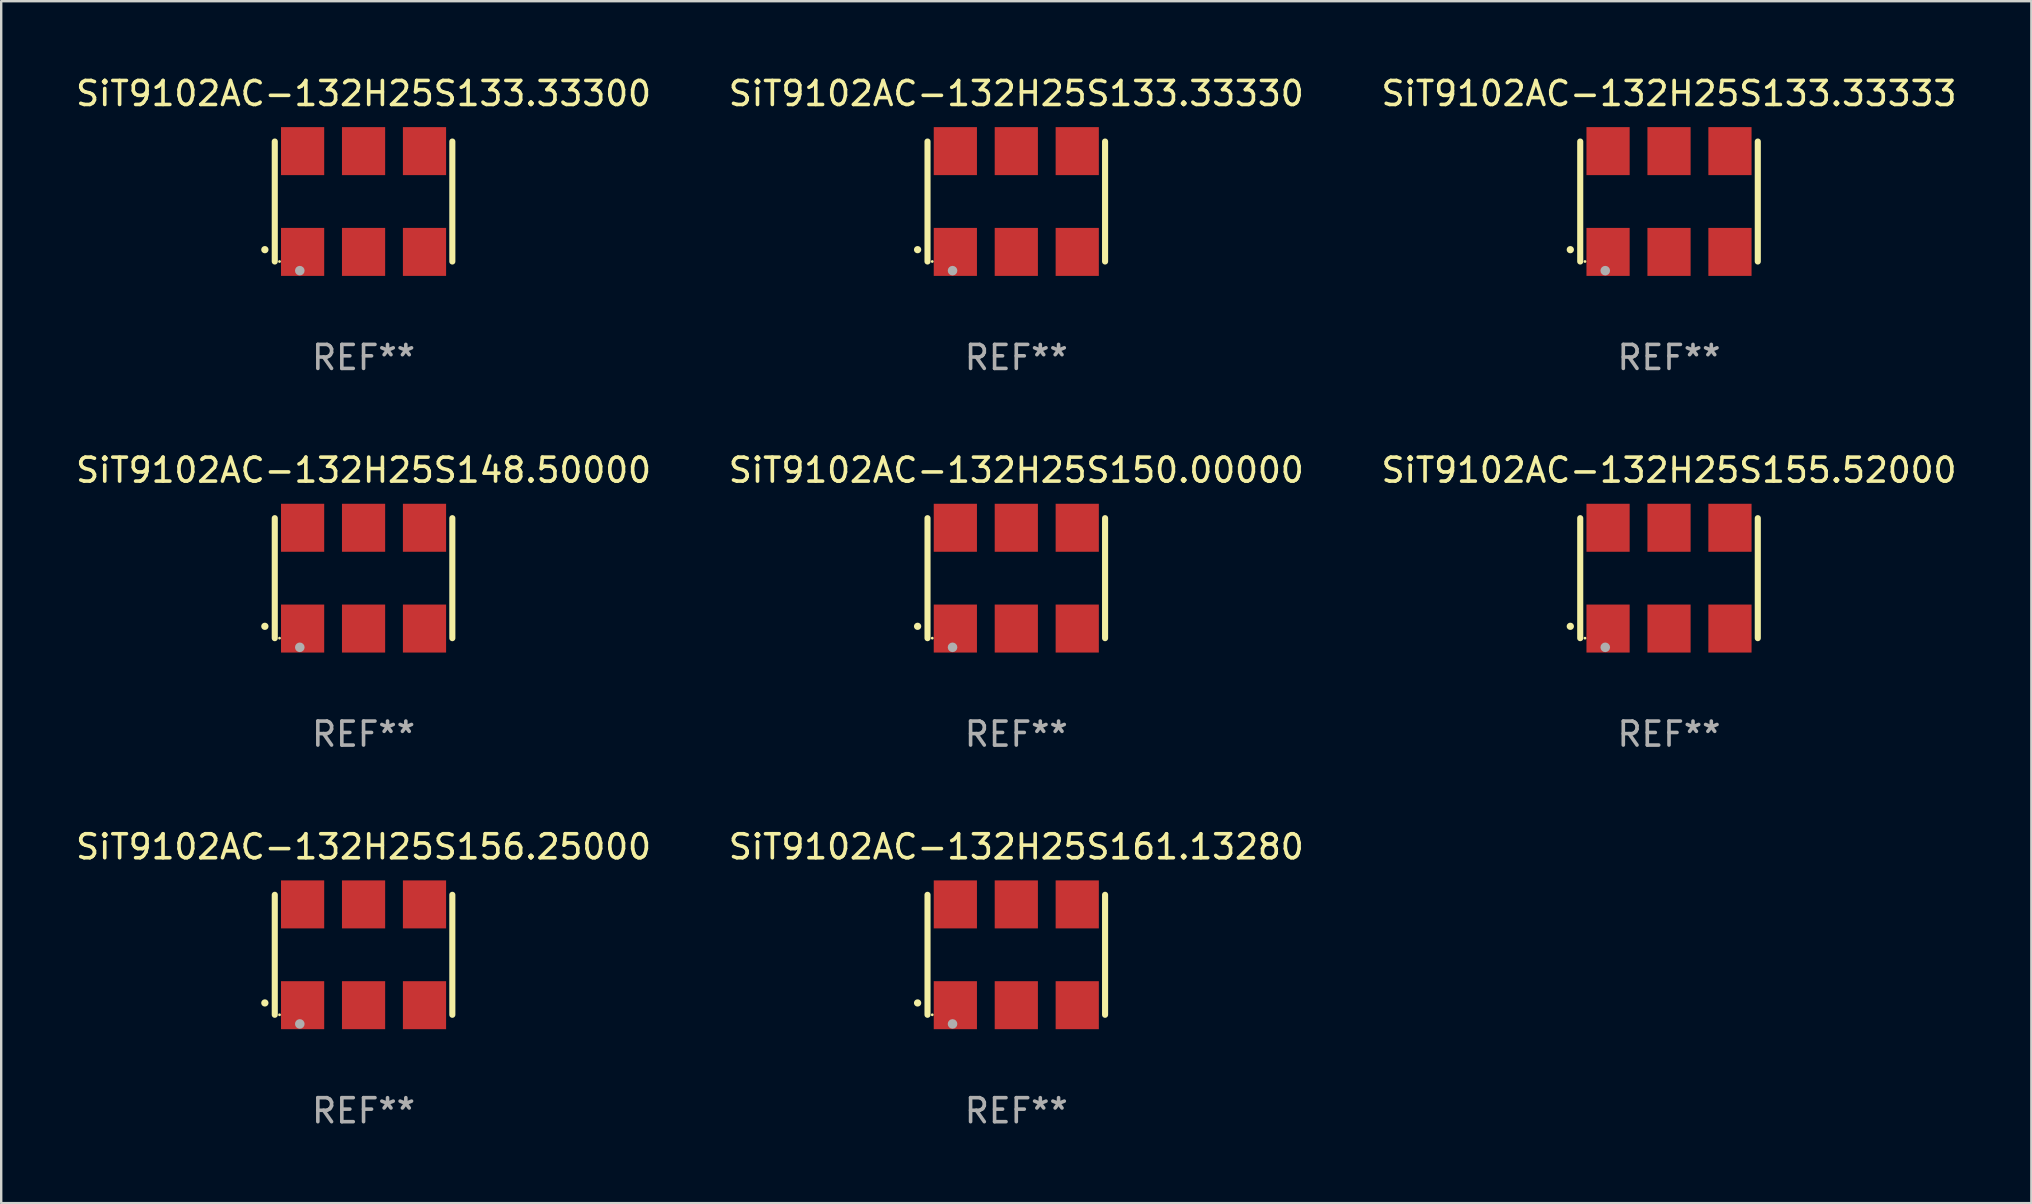
<source format=kicad_pcb>
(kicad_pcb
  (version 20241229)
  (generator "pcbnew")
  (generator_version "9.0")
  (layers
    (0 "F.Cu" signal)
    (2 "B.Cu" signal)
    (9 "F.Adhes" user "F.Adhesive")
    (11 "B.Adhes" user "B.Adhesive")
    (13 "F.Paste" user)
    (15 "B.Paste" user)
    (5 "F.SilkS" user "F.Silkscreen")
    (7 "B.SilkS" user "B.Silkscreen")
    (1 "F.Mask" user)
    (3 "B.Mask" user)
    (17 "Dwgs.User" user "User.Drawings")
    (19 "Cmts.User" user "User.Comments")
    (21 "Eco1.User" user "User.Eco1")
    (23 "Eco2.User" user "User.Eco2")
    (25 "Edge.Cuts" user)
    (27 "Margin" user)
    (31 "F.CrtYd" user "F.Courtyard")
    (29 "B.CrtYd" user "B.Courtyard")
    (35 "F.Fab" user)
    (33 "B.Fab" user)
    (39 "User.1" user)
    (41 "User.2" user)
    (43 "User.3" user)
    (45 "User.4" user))
  (footprint "SiT9102AC-132H25S133.33330"
    (layer "F.Cu")
    (at 39.304 5.348)
    (property "Reference" "SiT9102AC-132H25S133.33330" (at 0 -4.5 0) (layer "F.SilkS") (effects (font (size 1 1) (thickness 0.15))))
    (attr through_hole)
    (fp_line (start -3.7 -2.5) (end -3.7 2.5) (stroke (width 0.254) (type solid)) (layer "F.SilkS"))
    (fp_line (start 3.7 -2.5) (end 3.7 2.5) (stroke (width 0.254) (type solid)) (layer "F.SilkS"))
    (fp_arc (start -4.114415 2.006604) (mid -4.113145 2.006599) (end -4.111875 2.006604) (stroke (width 0.3) (type solid)) (layer "F.SilkS"))
    (fp_circle (center -3.502 2.5) (end -3.472 2.5) (stroke (width 0.06) (type solid)) (fill no) (layer "F.SilkS"))
    (fp_circle (center -2.657 2.882) (end -2.557 2.882) (stroke (width 0.2) (type solid)) (fill no) (layer "F.Fab"))
    (fp_text user "REF**" (at 0 6.5 0) (layer "F.Fab") (effects (font (size 1 1) (thickness 0.15))))
    (pad "1" smd rect (at -2.54 2.1) (size 1.8 2) (layers "F.Cu" "F.Mask" "F.Paste"))
    (pad "2" smd rect (at 0.000394 2.1) (size 1.8 2) (layers "F.Cu" "F.Mask" "F.Paste"))
    (pad "3" smd rect (at 2.54 2.1) (size 1.8 2) (layers "F.Cu" "F.Mask" "F.Paste"))
    (pad "4" smd rect (at 2.54 -2.1) (size 1.8 2) (layers "F.Cu" "F.Mask" "F.Paste"))
    (pad "5" smd rect (at 0.000394 -2.1) (size 1.8 2) (layers "F.Cu" "F.Mask" "F.Paste"))
    (pad "6" smd rect (at -2.54 -2.1) (size 1.8 2) (layers "F.Cu" "F.Mask" "F.Paste")))
  (footprint "SiT9102AC-132H25S150.00000"
    (layer "F.Cu")
    (at 39.304 21.045)
    (property "Reference" "SiT9102AC-132H25S150.00000" (at 0 -4.5 0) (layer "F.SilkS") (effects (font (size 1 1) (thickness 0.15))))
    (attr through_hole)
    (fp_line (start -3.7 -2.5) (end -3.7 2.5) (stroke (width 0.254) (type solid)) (layer "F.SilkS"))
    (fp_line (start 3.7 -2.5) (end 3.7 2.5) (stroke (width 0.254) (type solid)) (layer "F.SilkS"))
    (fp_arc (start -4.114415 2.006604) (mid -4.113145 2.006599) (end -4.111875 2.006604) (stroke (width 0.3) (type solid)) (layer "F.SilkS"))
    (fp_circle (center -3.502 2.5) (end -3.472 2.5) (stroke (width 0.06) (type solid)) (fill no) (layer "F.SilkS"))
    (fp_circle (center -2.657 2.882) (end -2.557 2.882) (stroke (width 0.2) (type solid)) (fill no) (layer "F.Fab"))
    (fp_text user "REF**" (at 0 6.5 0) (layer "F.Fab") (effects (font (size 1 1) (thickness 0.15))))
    (pad "1" smd rect (at -2.54 2.1) (size 1.8 2) (layers "F.Cu" "F.Mask" "F.Paste"))
    (pad "2" smd rect (at 0.000394 2.1) (size 1.8 2) (layers "F.Cu" "F.Mask" "F.Paste"))
    (pad "3" smd rect (at 2.54 2.1) (size 1.8 2) (layers "F.Cu" "F.Mask" "F.Paste"))
    (pad "4" smd rect (at 2.54 -2.1) (size 1.8 2) (layers "F.Cu" "F.Mask" "F.Paste"))
    (pad "5" smd rect (at 0.000394 -2.1) (size 1.8 2) (layers "F.Cu" "F.Mask" "F.Paste"))
    (pad "6" smd rect (at -2.54 -2.1) (size 1.8 2) (layers "F.Cu" "F.Mask" "F.Paste")))
  (footprint "SiT9102AC-132H25S155.52000"
    (layer "F.Cu")
    (at 66.506 21.045)
    (property "Reference" "SiT9102AC-132H25S155.52000" (at 0 -4.5 0) (layer "F.SilkS") (effects (font (size 1 1) (thickness 0.15))))
    (attr through_hole)
    (fp_line (start -3.7 -2.5) (end -3.7 2.5) (stroke (width 0.254) (type solid)) (layer "F.SilkS"))
    (fp_line (start 3.7 -2.5) (end 3.7 2.5) (stroke (width 0.254) (type solid)) (layer "F.SilkS"))
    (fp_arc (start -4.114415 2.006604) (mid -4.113145 2.006599) (end -4.111875 2.006604) (stroke (width 0.3) (type solid)) (layer "F.SilkS"))
    (fp_circle (center -3.502 2.5) (end -3.472 2.5) (stroke (width 0.06) (type solid)) (fill no) (layer "F.SilkS"))
    (fp_circle (center -2.657 2.882) (end -2.557 2.882) (stroke (width 0.2) (type solid)) (fill no) (layer "F.Fab"))
    (fp_text user "REF**" (at 0 6.5 0) (layer "F.Fab") (effects (font (size 1 1) (thickness 0.15))))
    (pad "1" smd rect (at -2.54 2.1) (size 1.8 2) (layers "F.Cu" "F.Mask" "F.Paste"))
    (pad "2" smd rect (at 0.000394 2.1) (size 1.8 2) (layers "F.Cu" "F.Mask" "F.Paste"))
    (pad "3" smd rect (at 2.54 2.1) (size 1.8 2) (layers "F.Cu" "F.Mask" "F.Paste"))
    (pad "4" smd rect (at 2.54 -2.1) (size 1.8 2) (layers "F.Cu" "F.Mask" "F.Paste"))
    (pad "5" smd rect (at 0.000394 -2.1) (size 1.8 2) (layers "F.Cu" "F.Mask" "F.Paste"))
    (pad "6" smd rect (at -2.54 -2.1) (size 1.8 2) (layers "F.Cu" "F.Mask" "F.Paste")))
  (footprint "SiT9102AC-132H25S148.50000"
    (layer "F.Cu")
    (at 12.101 21.045)
    (property "Reference" "SiT9102AC-132H25S148.50000" (at 0 -4.5 0) (layer "F.SilkS") (effects (font (size 1 1) (thickness 0.15))))
    (attr through_hole)
    (fp_line (start -3.7 -2.5) (end -3.7 2.5) (stroke (width 0.254) (type solid)) (layer "F.SilkS"))
    (fp_line (start 3.7 -2.5) (end 3.7 2.5) (stroke (width 0.254) (type solid)) (layer "F.SilkS"))
    (fp_arc (start -4.114415 2.006604) (mid -4.113145 2.006599) (end -4.111875 2.006604) (stroke (width 0.3) (type solid)) (layer "F.SilkS"))
    (fp_circle (center -3.502 2.5) (end -3.472 2.5) (stroke (width 0.06) (type solid)) (fill no) (layer "F.SilkS"))
    (fp_circle (center -2.657 2.882) (end -2.557 2.882) (stroke (width 0.2) (type solid)) (fill no) (layer "F.Fab"))
    (fp_text user "REF**" (at 0 6.5 0) (layer "F.Fab") (effects (font (size 1 1) (thickness 0.15))))
    (pad "1" smd rect (at -2.54 2.1) (size 1.8 2) (layers "F.Cu" "F.Mask" "F.Paste"))
    (pad "2" smd rect (at 0.000394 2.1) (size 1.8 2) (layers "F.Cu" "F.Mask" "F.Paste"))
    (pad "3" smd rect (at 2.54 2.1) (size 1.8 2) (layers "F.Cu" "F.Mask" "F.Paste"))
    (pad "4" smd rect (at 2.54 -2.1) (size 1.8 2) (layers "F.Cu" "F.Mask" "F.Paste"))
    (pad "5" smd rect (at 0.000394 -2.1) (size 1.8 2) (layers "F.Cu" "F.Mask" "F.Paste"))
    (pad "6" smd rect (at -2.54 -2.1) (size 1.8 2) (layers "F.Cu" "F.Mask" "F.Paste")))
  (footprint "SiT9102AC-132H25S156.25000"
    (layer "F.Cu")
    (at 12.101 36.741)
    (property "Reference" "SiT9102AC-132H25S156.25000" (at 0 -4.5 0) (layer "F.SilkS") (effects (font (size 1 1) (thickness 0.15))))
    (attr through_hole)
    (fp_line (start -3.7 -2.5) (end -3.7 2.5) (stroke (width 0.254) (type solid)) (layer "F.SilkS"))
    (fp_line (start 3.7 -2.5) (end 3.7 2.5) (stroke (width 0.254) (type solid)) (layer "F.SilkS"))
    (fp_arc (start -4.114415 2.006604) (mid -4.113145 2.006599) (end -4.111875 2.006604) (stroke (width 0.3) (type solid)) (layer "F.SilkS"))
    (fp_circle (center -3.502 2.5) (end -3.472 2.5) (stroke (width 0.06) (type solid)) (fill no) (layer "F.SilkS"))
    (fp_circle (center -2.657 2.882) (end -2.557 2.882) (stroke (width 0.2) (type solid)) (fill no) (layer "F.Fab"))
    (fp_text user "REF**" (at 0 6.5 0) (layer "F.Fab") (effects (font (size 1 1) (thickness 0.15))))
    (pad "1" smd rect (at -2.54 2.1) (size 1.8 2) (layers "F.Cu" "F.Mask" "F.Paste"))
    (pad "2" smd rect (at 0.000394 2.1) (size 1.8 2) (layers "F.Cu" "F.Mask" "F.Paste"))
    (pad "3" smd rect (at 2.54 2.1) (size 1.8 2) (layers "F.Cu" "F.Mask" "F.Paste"))
    (pad "4" smd rect (at 2.54 -2.1) (size 1.8 2) (layers "F.Cu" "F.Mask" "F.Paste"))
    (pad "5" smd rect (at 0.000394 -2.1) (size 1.8 2) (layers "F.Cu" "F.Mask" "F.Paste"))
    (pad "6" smd rect (at -2.54 -2.1) (size 1.8 2) (layers "F.Cu" "F.Mask" "F.Paste")))
  (footprint "SiT9102AC-132H25S133.33333"
    (layer "F.Cu")
    (at 66.506 5.348)
    (property "Reference" "SiT9102AC-132H25S133.33333" (at 0 -4.5 0) (layer "F.SilkS") (effects (font (size 1 1) (thickness 0.15))))
    (attr through_hole)
    (fp_line (start -3.7 -2.5) (end -3.7 2.5) (stroke (width 0.254) (type solid)) (layer "F.SilkS"))
    (fp_line (start 3.7 -2.5) (end 3.7 2.5) (stroke (width 0.254) (type solid)) (layer "F.SilkS"))
    (fp_arc (start -4.114415 2.006604) (mid -4.113145 2.006599) (end -4.111875 2.006604) (stroke (width 0.3) (type solid)) (layer "F.SilkS"))
    (fp_circle (center -3.502 2.5) (end -3.472 2.5) (stroke (width 0.06) (type solid)) (fill no) (layer "F.SilkS"))
    (fp_circle (center -2.657 2.882) (end -2.557 2.882) (stroke (width 0.2) (type solid)) (fill no) (layer "F.Fab"))
    (fp_text user "REF**" (at 0 6.5 0) (layer "F.Fab") (effects (font (size 1 1) (thickness 0.15))))
    (pad "1" smd rect (at -2.54 2.1) (size 1.8 2) (layers "F.Cu" "F.Mask" "F.Paste"))
    (pad "2" smd rect (at 0.000394 2.1) (size 1.8 2) (layers "F.Cu" "F.Mask" "F.Paste"))
    (pad "3" smd rect (at 2.54 2.1) (size 1.8 2) (layers "F.Cu" "F.Mask" "F.Paste"))
    (pad "4" smd rect (at 2.54 -2.1) (size 1.8 2) (layers "F.Cu" "F.Mask" "F.Paste"))
    (pad "5" smd rect (at 0.000394 -2.1) (size 1.8 2) (layers "F.Cu" "F.Mask" "F.Paste"))
    (pad "6" smd rect (at -2.54 -2.1) (size 1.8 2) (layers "F.Cu" "F.Mask" "F.Paste")))
  (footprint "SiT9102AC-132H25S133.33300"
    (layer "F.Cu")
    (at 12.101 5.348)
    (property "Reference" "SiT9102AC-132H25S133.33300" (at 0 -4.5 0) (layer "F.SilkS") (effects (font (size 1 1) (thickness 0.15))))
    (attr through_hole)
    (fp_line (start -3.7 -2.5) (end -3.7 2.5) (stroke (width 0.254) (type solid)) (layer "F.SilkS"))
    (fp_line (start 3.7 -2.5) (end 3.7 2.5) (stroke (width 0.254) (type solid)) (layer "F.SilkS"))
    (fp_arc (start -4.114415 2.006604) (mid -4.113145 2.006599) (end -4.111875 2.006604) (stroke (width 0.3) (type solid)) (layer "F.SilkS"))
    (fp_circle (center -3.502 2.5) (end -3.472 2.5) (stroke (width 0.06) (type solid)) (fill no) (layer "F.SilkS"))
    (fp_circle (center -2.657 2.882) (end -2.557 2.882) (stroke (width 0.2) (type solid)) (fill no) (layer "F.Fab"))
    (fp_text user "REF**" (at 0 6.5 0) (layer "F.Fab") (effects (font (size 1 1) (thickness 0.15))))
    (pad "1" smd rect (at -2.54 2.1) (size 1.8 2) (layers "F.Cu" "F.Mask" "F.Paste"))
    (pad "2" smd rect (at 0.000394 2.1) (size 1.8 2) (layers "F.Cu" "F.Mask" "F.Paste"))
    (pad "3" smd rect (at 2.54 2.1) (size 1.8 2) (layers "F.Cu" "F.Mask" "F.Paste"))
    (pad "4" smd rect (at 2.54 -2.1) (size 1.8 2) (layers "F.Cu" "F.Mask" "F.Paste"))
    (pad "5" smd rect (at 0.000394 -2.1) (size 1.8 2) (layers "F.Cu" "F.Mask" "F.Paste"))
    (pad "6" smd rect (at -2.54 -2.1) (size 1.8 2) (layers "F.Cu" "F.Mask" "F.Paste")))
  (footprint "SiT9102AC-132H25S161.13280"
    (layer "F.Cu")
    (at 39.304 36.741)
    (property "Reference" "SiT9102AC-132H25S161.13280" (at 0 -4.5 0) (layer "F.SilkS") (effects (font (size 1 1) (thickness 0.15))))
    (attr through_hole)
    (fp_line (start -3.7 -2.5) (end -3.7 2.5) (stroke (width 0.254) (type solid)) (layer "F.SilkS"))
    (fp_line (start 3.7 -2.5) (end 3.7 2.5) (stroke (width 0.254) (type solid)) (layer "F.SilkS"))
    (fp_arc (start -4.114415 2.006604) (mid -4.113145 2.006599) (end -4.111875 2.006604) (stroke (width 0.3) (type solid)) (layer "F.SilkS"))
    (fp_circle (center -3.502 2.5) (end -3.472 2.5) (stroke (width 0.06) (type solid)) (fill no) (layer "F.SilkS"))
    (fp_circle (center -2.657 2.882) (end -2.557 2.882) (stroke (width 0.2) (type solid)) (fill no) (layer "F.Fab"))
    (fp_text user "REF**" (at 0 6.5 0) (layer "F.Fab") (effects (font (size 1 1) (thickness 0.15))))
    (pad "1" smd rect (at -2.54 2.1) (size 1.8 2) (layers "F.Cu" "F.Mask" "F.Paste"))
    (pad "2" smd rect (at 0.000394 2.1) (size 1.8 2) (layers "F.Cu" "F.Mask" "F.Paste"))
    (pad "3" smd rect (at 2.54 2.1) (size 1.8 2) (layers "F.Cu" "F.Mask" "F.Paste"))
    (pad "4" smd rect (at 2.54 -2.1) (size 1.8 2) (layers "F.Cu" "F.Mask" "F.Paste"))
    (pad "5" smd rect (at 0.000394 -2.1) (size 1.8 2) (layers "F.Cu" "F.Mask" "F.Paste"))
    (pad "6" smd rect (at -2.54 -2.1) (size 1.8 2) (layers "F.Cu" "F.Mask" "F.Paste")))
  (gr_rect
    (start -3 -3)
    (end 81.607 47.09)
    (stroke (width 0.1) (type default))
    (fill no)
    (layer "Edge.Cuts")))
</source>
